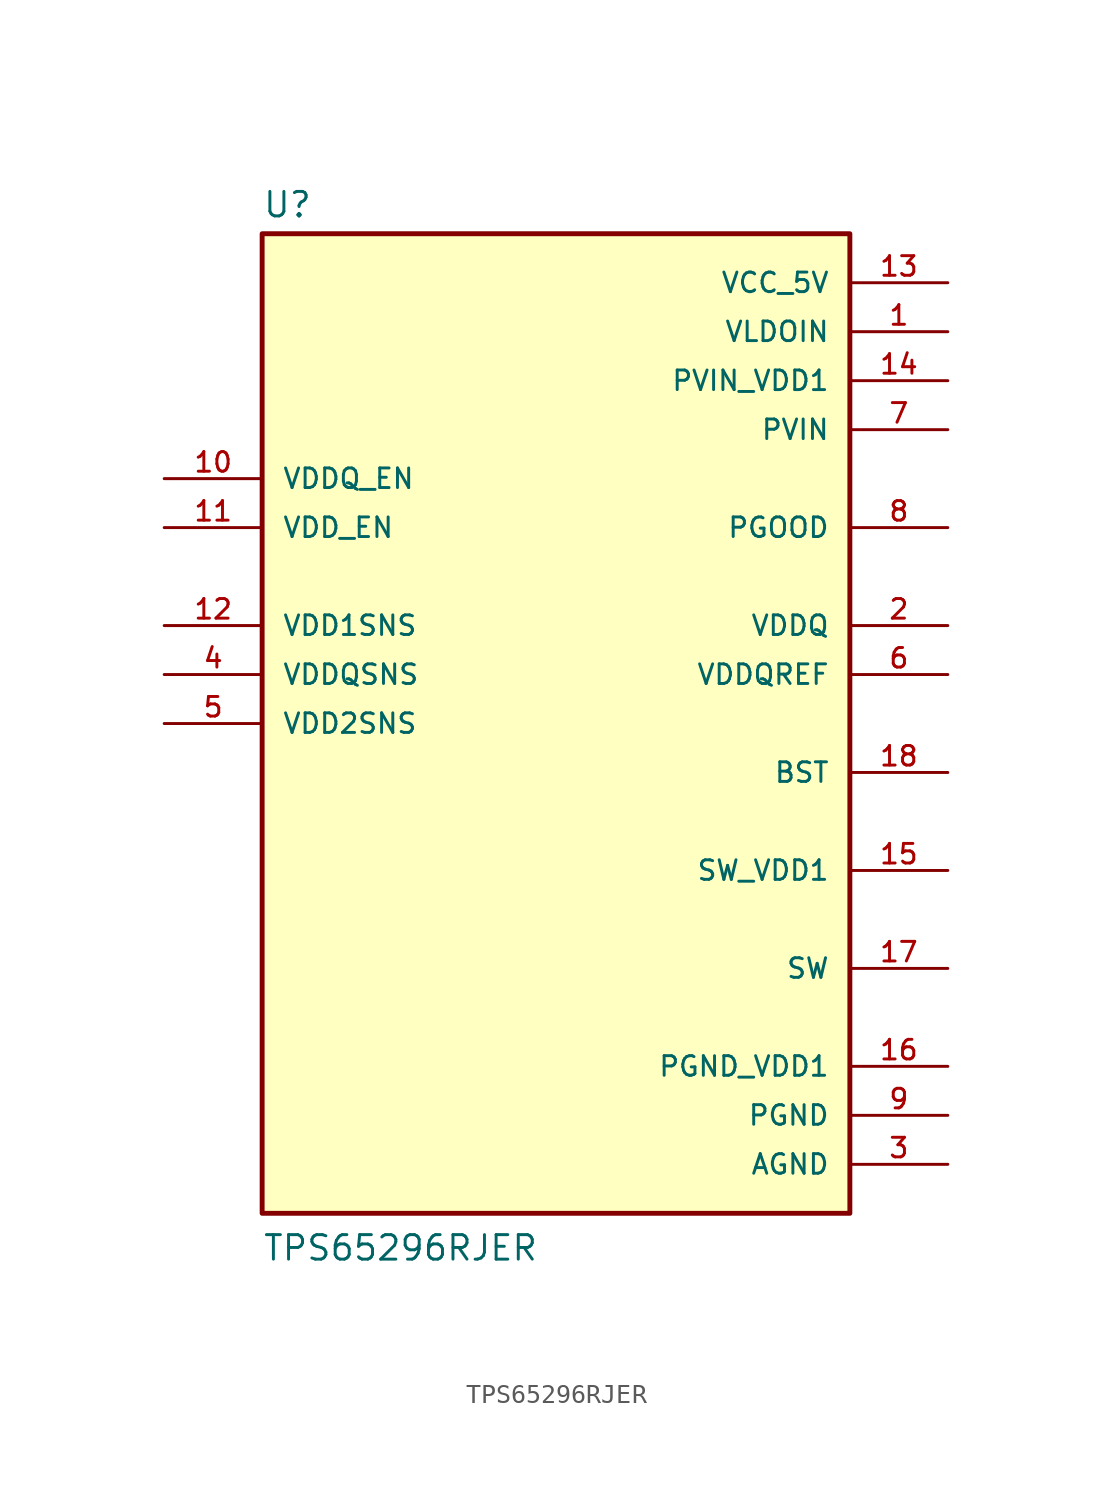
<source format=kicad_sym>
(kicad_symbol_lib
  (version 20211014)
  (generator kicad_symbol_editor)
  (symbol "TPS65296RJER"
    (pin_names
      (offset 1.016))
    (property "Reference" "U"
      (at -15.24 26.162 0)
      (effects (font (size 1.27 1.27)) (justify bottom left)))
    (property "Value" "TPS65296RJER"
      (at -15.24 -27.94 0)
      (effects (font (size 1.27 1.27)) (justify bottom left)))
    (symbol "TPS65296RJER_0_0"
      (rectangle (start -15.24 -25.4) (end 15.24 25.4) (stroke (width 0.254)) (fill (type background)))
      (pin power_in line (at 20.32 20.32 180.0) (length 5.08) (name "VLDOIN" (effects (font (size 1.016 1.016)))) (number "1" (effects (font (size 1.016 1.016)))))
      (pin output line (at 20.32 5.08 180.0) (length 5.08) (name "VDDQ" (effects (font (size 1.016 1.016)))) (number "2" (effects (font (size 1.016 1.016)))))
      (pin power_in line (at 20.32 -22.86 180.0) (length 5.08) (name "AGND" (effects (font (size 1.016 1.016)))) (number "3" (effects (font (size 1.016 1.016)))))
      (pin input line (at -20.32 0.0 0) (length 5.08) (name "VDD2SNS" (effects (font (size 1.016 1.016)))) (number "5" (effects (font (size 1.016 1.016)))))
      (pin input line (at -20.32 2.54 0) (length 5.08) (name "VDDQSNS" (effects (font (size 1.016 1.016)))) (number "4" (effects (font (size 1.016 1.016)))))
      (pin output line (at 20.32 2.54 180.0) (length 5.08) (name "VDDQREF" (effects (font (size 1.016 1.016)))) (number "6" (effects (font (size 1.016 1.016)))))
      (pin power_in line (at 20.32 15.24 180.0) (length 5.08) (name "PVIN" (effects (font (size 1.016 1.016)))) (number "7" (effects (font (size 1.016 1.016)))))
      (pin output line (at 20.32 10.16 180.0) (length 5.08) (name "PGOOD" (effects (font (size 1.016 1.016)))) (number "8" (effects (font (size 1.016 1.016)))))
      (pin power_in line (at 20.32 -20.32 180.0) (length 5.08) (name "PGND" (effects (font (size 1.016 1.016)))) (number "9" (effects (font (size 1.016 1.016)))))
      (pin input line (at -20.32 12.7 0) (length 5.08) (name "VDDQ_EN" (effects (font (size 1.016 1.016)))) (number "10" (effects (font (size 1.016 1.016)))))
      (pin input line (at -20.32 10.16 0) (length 5.08) (name "VDD_EN" (effects (font (size 1.016 1.016)))) (number "11" (effects (font (size 1.016 1.016)))))
      (pin input line (at -20.32 5.08 0) (length 5.08) (name "VDD1SNS" (effects (font (size 1.016 1.016)))) (number "12" (effects (font (size 1.016 1.016)))))
      (pin power_in line (at 20.32 22.86 180.0) (length 5.08) (name "VCC_5V" (effects (font (size 1.016 1.016)))) (number "13" (effects (font (size 1.016 1.016)))))
      (pin power_in line (at 20.32 17.78 180.0) (length 5.08) (name "PVIN_VDD1" (effects (font (size 1.016 1.016)))) (number "14" (effects (font (size 1.016 1.016)))))
      (pin output line (at 20.32 -7.62 180.0) (length 5.08) (name "SW_VDD1" (effects (font (size 1.016 1.016)))) (number "15" (effects (font (size 1.016 1.016)))))
      (pin power_in line (at 20.32 -17.78 180.0) (length 5.08) (name "PGND_VDD1" (effects (font (size 1.016 1.016)))) (number "16" (effects (font (size 1.016 1.016)))))
      (pin output line (at 20.32 -12.7 180.0) (length 5.08) (name "SW" (effects (font (size 1.016 1.016)))) (number "17" (effects (font (size 1.016 1.016)))))
      (pin input line (at 20.32 -2.54 180.0) (length 5.08) (name "BST" (effects (font (size 1.016 1.016)))) (number "18" (effects (font (size 1.016 1.016))))))))
</source>
